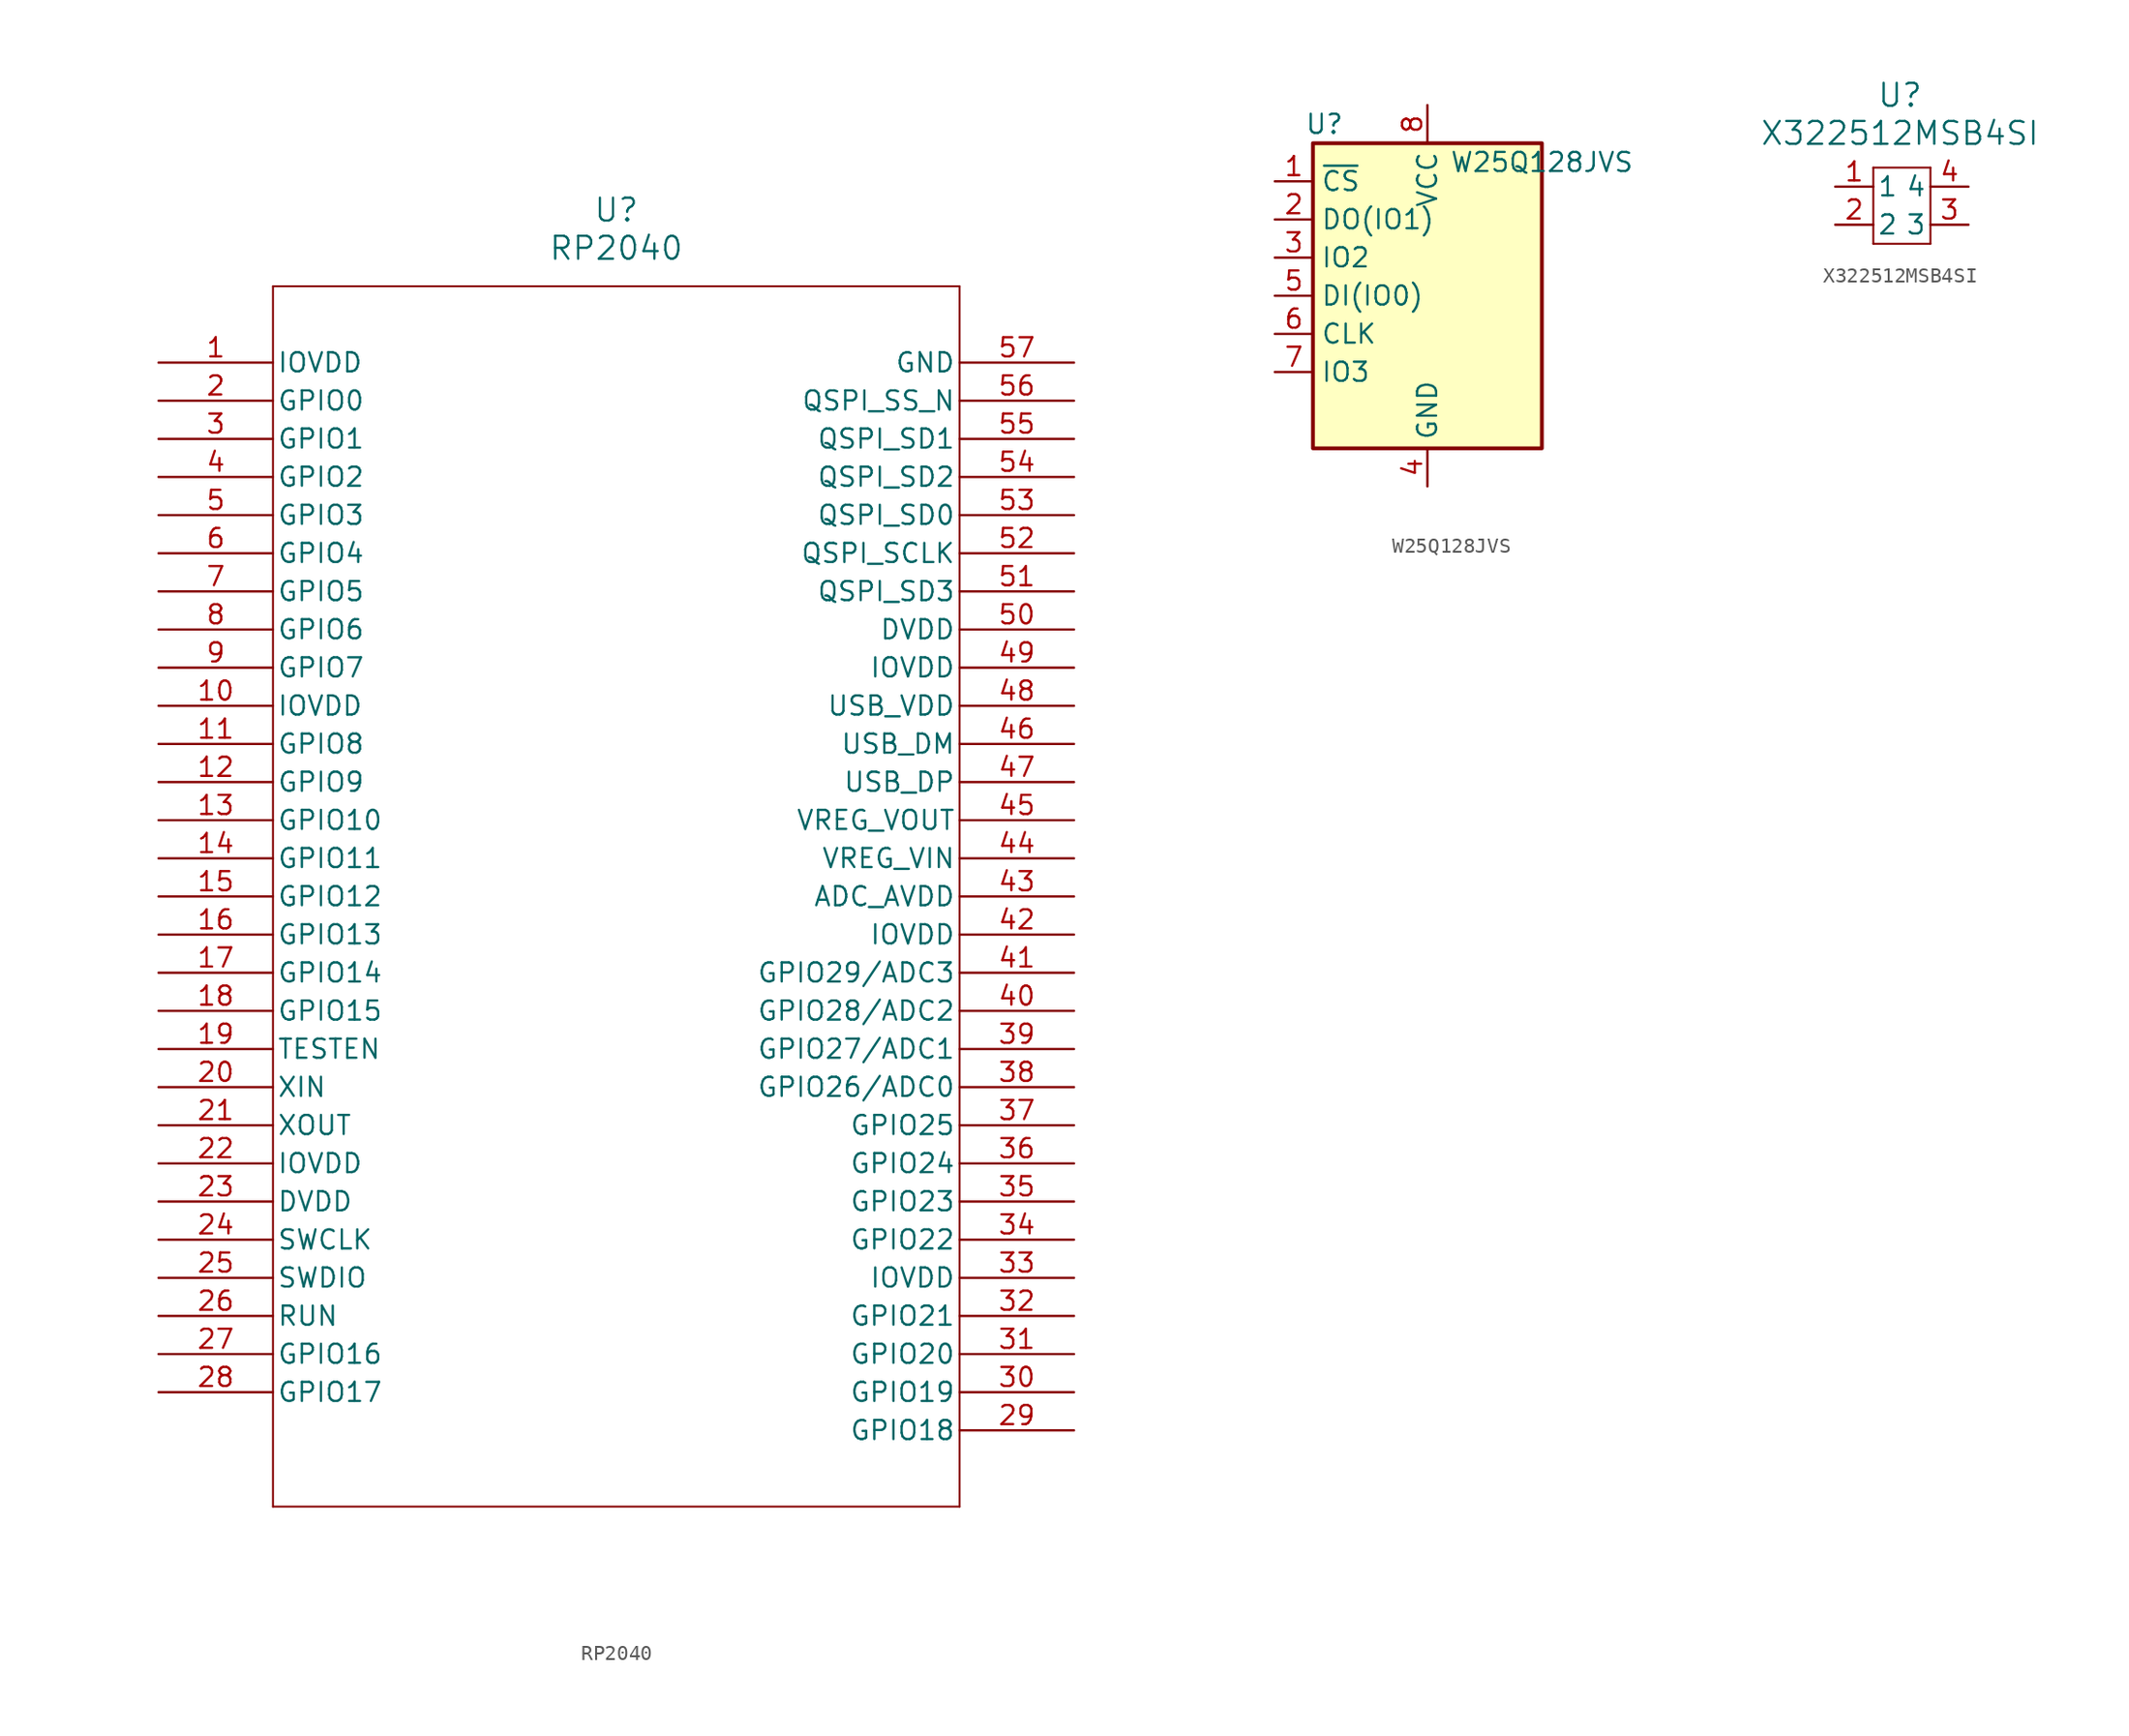
<source format=kicad_sym>
(kicad_symbol_lib
  (version 20231120)
  (generator "kicad_symbol_editor")
  (generator_version "8.0")
  (symbol "RP2040"
    (pin_names
      (offset 0.254))
    (property "Reference" "U"
      (at 30.48 10.16 0)
      (effects (font (size 1.524 1.524))))
    (property "Value" "RP2040"
      (at 30.48 7.62 0)
      (effects (font (size 1.524 1.524))))
    (property "ki_locked" ""
      (at 0 0 0)
      (effects (font (size 1.27 1.27))))
    (symbol "RP2040_0_1"
      (polyline (pts (xy 7.62 -76.2) (xy 53.34 -76.2)) (stroke (width 0.127) (type default)) (fill (type none)))
      (polyline (pts (xy 7.62 5.08) (xy 7.62 -76.2)) (stroke (width 0.127) (type default)) (fill (type none)))
      (polyline (pts (xy 53.34 -76.2) (xy 53.34 5.08)) (stroke (width 0.127) (type default)) (fill (type none)))
      (polyline (pts (xy 53.34 5.08) (xy 7.62 5.08)) (stroke (width 0.127) (type default)) (fill (type none)))
      (pin power_in line (at 0 0 0) (length 7.62) (name "IOVDD" (effects (font (size 1.27 1.27)))) (number "1" (effects (font (size 1.27 1.27)))))
      (pin power_in line (at 0 -22.86 0) (length 7.62) (name "IOVDD" (effects (font (size 1.27 1.27)))) (number "10" (effects (font (size 1.27 1.27)))))
      (pin bidirectional line (at 0 -25.4 0) (length 7.62) (name "GPIO8" (effects (font (size 1.27 1.27)))) (number "11" (effects (font (size 1.27 1.27)))))
      (pin bidirectional line (at 0 -27.94 0) (length 7.62) (name "GPIO9" (effects (font (size 1.27 1.27)))) (number "12" (effects (font (size 1.27 1.27)))))
      (pin bidirectional line (at 0 -30.48 0) (length 7.62) (name "GPIO10" (effects (font (size 1.27 1.27)))) (number "13" (effects (font (size 1.27 1.27)))))
      (pin bidirectional line (at 0 -33.02 0) (length 7.62) (name "GPIO11" (effects (font (size 1.27 1.27)))) (number "14" (effects (font (size 1.27 1.27)))))
      (pin bidirectional line (at 0 -35.56 0) (length 7.62) (name "GPIO12" (effects (font (size 1.27 1.27)))) (number "15" (effects (font (size 1.27 1.27)))))
      (pin bidirectional line (at 0 -38.1 0) (length 7.62) (name "GPIO13" (effects (font (size 1.27 1.27)))) (number "16" (effects (font (size 1.27 1.27)))))
      (pin bidirectional line (at 0 -40.64 0) (length 7.62) (name "GPIO14" (effects (font (size 1.27 1.27)))) (number "17" (effects (font (size 1.27 1.27)))))
      (pin bidirectional line (at 0 -43.18 0) (length 7.62) (name "GPIO15" (effects (font (size 1.27 1.27)))) (number "18" (effects (font (size 1.27 1.27)))))
      (pin unspecified line (at 0 -45.72 0) (length 7.62) (name "TESTEN" (effects (font (size 1.27 1.27)))) (number "19" (effects (font (size 1.27 1.27)))))
      (pin bidirectional line (at 0 -2.54 0) (length 7.62) (name "GPIO0" (effects (font (size 1.27 1.27)))) (number "2" (effects (font (size 1.27 1.27)))))
      (pin unspecified line (at 0 -48.26 0) (length 7.62) (name "XIN" (effects (font (size 1.27 1.27)))) (number "20" (effects (font (size 1.27 1.27)))))
      (pin output line (at 0 -50.8 0) (length 7.62) (name "XOUT" (effects (font (size 1.27 1.27)))) (number "21" (effects (font (size 1.27 1.27)))))
      (pin power_in line (at 0 -53.34 0) (length 7.62) (name "IOVDD" (effects (font (size 1.27 1.27)))) (number "22" (effects (font (size 1.27 1.27)))))
      (pin power_in line (at 0 -55.88 0) (length 7.62) (name "DVDD" (effects (font (size 1.27 1.27)))) (number "23" (effects (font (size 1.27 1.27)))))
      (pin unspecified line (at 0 -58.42 0) (length 7.62) (name "SWCLK" (effects (font (size 1.27 1.27)))) (number "24" (effects (font (size 1.27 1.27)))))
      (pin unspecified line (at 0 -60.96 0) (length 7.62) (name "SWDIO" (effects (font (size 1.27 1.27)))) (number "25" (effects (font (size 1.27 1.27)))))
      (pin unspecified line (at 0 -63.5 0) (length 7.62) (name "RUN" (effects (font (size 1.27 1.27)))) (number "26" (effects (font (size 1.27 1.27)))))
      (pin bidirectional line (at 0 -66.04 0) (length 7.62) (name "GPIO16" (effects (font (size 1.27 1.27)))) (number "27" (effects (font (size 1.27 1.27)))))
      (pin bidirectional line (at 0 -68.58 0) (length 7.62) (name "GPIO17" (effects (font (size 1.27 1.27)))) (number "28" (effects (font (size 1.27 1.27)))))
      (pin bidirectional line (at 60.96 -71.12 180) (length 7.62) (name "GPIO18" (effects (font (size 1.27 1.27)))) (number "29" (effects (font (size 1.27 1.27)))))
      (pin bidirectional line (at 0 -5.08 0) (length 7.62) (name "GPIO1" (effects (font (size 1.27 1.27)))) (number "3" (effects (font (size 1.27 1.27)))))
      (pin bidirectional line (at 60.96 -68.58 180) (length 7.62) (name "GPIO19" (effects (font (size 1.27 1.27)))) (number "30" (effects (font (size 1.27 1.27)))))
      (pin bidirectional line (at 60.96 -66.04 180) (length 7.62) (name "GPIO20" (effects (font (size 1.27 1.27)))) (number "31" (effects (font (size 1.27 1.27)))))
      (pin bidirectional line (at 60.96 -63.5 180) (length 7.62) (name "GPIO21" (effects (font (size 1.27 1.27)))) (number "32" (effects (font (size 1.27 1.27)))))
      (pin power_in line (at 60.96 -60.96 180) (length 7.62) (name "IOVDD" (effects (font (size 1.27 1.27)))) (number "33" (effects (font (size 1.27 1.27)))))
      (pin bidirectional line (at 60.96 -58.42 180) (length 7.62) (name "GPIO22" (effects (font (size 1.27 1.27)))) (number "34" (effects (font (size 1.27 1.27)))))
      (pin bidirectional line (at 60.96 -55.88 180) (length 7.62) (name "GPIO23" (effects (font (size 1.27 1.27)))) (number "35" (effects (font (size 1.27 1.27)))))
      (pin bidirectional line (at 60.96 -53.34 180) (length 7.62) (name "GPIO24" (effects (font (size 1.27 1.27)))) (number "36" (effects (font (size 1.27 1.27)))))
      (pin bidirectional line (at 60.96 -50.8 180) (length 7.62) (name "GPIO25" (effects (font (size 1.27 1.27)))) (number "37" (effects (font (size 1.27 1.27)))))
      (pin bidirectional line (at 60.96 -48.26 180) (length 7.62) (name "GPIO26/ADC0" (effects (font (size 1.27 1.27)))) (number "38" (effects (font (size 1.27 1.27)))))
      (pin bidirectional line (at 60.96 -45.72 180) (length 7.62) (name "GPIO27/ADC1" (effects (font (size 1.27 1.27)))) (number "39" (effects (font (size 1.27 1.27)))))
      (pin bidirectional line (at 0 -7.62 0) (length 7.62) (name "GPIO2" (effects (font (size 1.27 1.27)))) (number "4" (effects (font (size 1.27 1.27)))))
      (pin bidirectional line (at 60.96 -43.18 180) (length 7.62) (name "GPIO28/ADC2" (effects (font (size 1.27 1.27)))) (number "40" (effects (font (size 1.27 1.27)))))
      (pin bidirectional line (at 60.96 -40.64 180) (length 7.62) (name "GPIO29/ADC3" (effects (font (size 1.27 1.27)))) (number "41" (effects (font (size 1.27 1.27)))))
      (pin power_in line (at 60.96 -38.1 180) (length 7.62) (name "IOVDD" (effects (font (size 1.27 1.27)))) (number "42" (effects (font (size 1.27 1.27)))))
      (pin power_in line (at 60.96 -35.56 180) (length 7.62) (name "ADC_AVDD" (effects (font (size 1.27 1.27)))) (number "43" (effects (font (size 1.27 1.27)))))
      (pin unspecified line (at 60.96 -33.02 180) (length 7.62) (name "VREG_VIN" (effects (font (size 1.27 1.27)))) (number "44" (effects (font (size 1.27 1.27)))))
      (pin output line (at 60.96 -30.48 180) (length 7.62) (name "VREG_VOUT" (effects (font (size 1.27 1.27)))) (number "45" (effects (font (size 1.27 1.27)))))
      (pin unspecified line (at 60.96 -25.4 180) (length 7.62) (name "USB_DM" (effects (font (size 1.27 1.27)))) (number "46" (effects (font (size 1.27 1.27)))))
      (pin unspecified line (at 60.96 -27.94 180) (length 7.62) (name "USB_DP" (effects (font (size 1.27 1.27)))) (number "47" (effects (font (size 1.27 1.27)))))
      (pin power_in line (at 60.96 -22.86 180) (length 7.62) (name "USB_VDD" (effects (font (size 1.27 1.27)))) (number "48" (effects (font (size 1.27 1.27)))))
      (pin power_in line (at 60.96 -20.32 180) (length 7.62) (name "IOVDD" (effects (font (size 1.27 1.27)))) (number "49" (effects (font (size 1.27 1.27)))))
      (pin bidirectional line (at 0 -10.16 0) (length 7.62) (name "GPIO3" (effects (font (size 1.27 1.27)))) (number "5" (effects (font (size 1.27 1.27)))))
      (pin power_in line (at 60.96 -17.78 180) (length 7.62) (name "DVDD" (effects (font (size 1.27 1.27)))) (number "50" (effects (font (size 1.27 1.27)))))
      (pin bidirectional line (at 60.96 -15.24 180) (length 7.62) (name "QSPI_SD3" (effects (font (size 1.27 1.27)))) (number "51" (effects (font (size 1.27 1.27)))))
      (pin unspecified line (at 60.96 -12.7 180) (length 7.62) (name "QSPI_SCLK" (effects (font (size 1.27 1.27)))) (number "52" (effects (font (size 1.27 1.27)))))
      (pin bidirectional line (at 60.96 -10.16 180) (length 7.62) (name "QSPI_SD0" (effects (font (size 1.27 1.27)))) (number "53" (effects (font (size 1.27 1.27)))))
      (pin bidirectional line (at 60.96 -7.62 180) (length 7.62) (name "QSPI_SD2" (effects (font (size 1.27 1.27)))) (number "54" (effects (font (size 1.27 1.27)))))
      (pin bidirectional line (at 60.96 -5.08 180) (length 7.62) (name "QSPI_SD1" (effects (font (size 1.27 1.27)))) (number "55" (effects (font (size 1.27 1.27)))))
      (pin unspecified line (at 60.96 -2.54 180) (length 7.62) (name "QSPI_SS_N" (effects (font (size 1.27 1.27)))) (number "56" (effects (font (size 1.27 1.27)))))
      (pin power_out line (at 60.96 0 180) (length 7.62) (name "GND" (effects (font (size 1.27 1.27)))) (number "57" (effects (font (size 1.27 1.27)))))
      (pin bidirectional line (at 0 -12.7 0) (length 7.62) (name "GPIO4" (effects (font (size 1.27 1.27)))) (number "6" (effects (font (size 1.27 1.27)))))
      (pin bidirectional line (at 0 -15.24 0) (length 7.62) (name "GPIO5" (effects (font (size 1.27 1.27)))) (number "7" (effects (font (size 1.27 1.27)))))
      (pin bidirectional line (at 0 -17.78 0) (length 7.62) (name "GPIO6" (effects (font (size 1.27 1.27)))) (number "8" (effects (font (size 1.27 1.27)))))
      (pin bidirectional line (at 0 -20.32 0) (length 7.62) (name "GPIO7" (effects (font (size 1.27 1.27)))) (number "9" (effects (font (size 1.27 1.27)))))))
  (symbol "W25Q128JVS"
    (property "Reference" "U"
      (at -6.858 11.43 0)
      (effects (font (size 1.27 1.27))))
    (property "Value" "W25Q128JVS"
      (at 7.62 8.89 0)
      (effects (font (size 1.27 1.27))))
    (symbol "W25Q128JVS_0_1"
      (rectangle (start -7.62 10.16) (end 7.62 -10.16) (stroke (width 0.254) (type default)) (fill (type background))))
    (symbol "W25Q128JVS_1_1"
      (pin input line (at -10.16 7.62 0) (length 2.54) (name "~{CS}" (effects (font (size 1.27 1.27)))) (number "1" (effects (font (size 1.27 1.27)))))
      (pin bidirectional line (at -10.16 5.08 0) (length 2.54) (name "DO(IO1)" (effects (font (size 1.27 1.27)))) (number "2" (effects (font (size 1.27 1.27)))))
      (pin bidirectional line (at -10.16 2.54 0) (length 2.54) (name "IO2" (effects (font (size 1.27 1.27)))) (number "3" (effects (font (size 1.27 1.27)))))
      (pin power_in line (at 0 -12.7 90) (length 2.54) (name "GND" (effects (font (size 1.27 1.27)))) (number "4" (effects (font (size 1.27 1.27)))))
      (pin bidirectional line (at -10.16 0 0) (length 2.54) (name "DI(IO0)" (effects (font (size 1.27 1.27)))) (number "5" (effects (font (size 1.27 1.27)))))
      (pin input line (at -10.16 -2.54 0) (length 2.54) (name "CLK" (effects (font (size 1.27 1.27)))) (number "6" (effects (font (size 1.27 1.27)))))
      (pin bidirectional line (at -10.16 -5.08 0) (length 2.54) (name "IO3" (effects (font (size 1.27 1.27)))) (number "7" (effects (font (size 1.27 1.27)))))
      (pin power_in line (at 0 12.7 270) (length 2.54) (name "VCC" (effects (font (size 1.27 1.27)))) (number "8" (effects (font (size 1.27 1.27)))))))
  (symbol "X322512MSB4SI"
    (pin_names
      (offset 0.254))
    (property "Reference" "U"
      (at 0.508 7.366 0)
      (effects (font (size 1.524 1.524))))
    (property "Value" "X322512MSB4SI"
      (at 0.508 4.826 0)
      (effects (font (size 1.524 1.524))))
    (property "ki_locked" ""
      (at 0 0 0)
      (effects (font (size 1.27 1.27))))
    (symbol "X322512MSB4SI_0_1"
      (polyline (pts (xy -1.27 -2.54) (xy 2.54 -2.54)) (stroke (width 0.127) (type default)) (fill (type none)))
      (polyline (pts (xy -1.27 2.54) (xy -1.27 -2.54)) (stroke (width 0.127) (type default)) (fill (type none)))
      (polyline (pts (xy 2.54 -2.54) (xy 2.54 2.54)) (stroke (width 0.127) (type default)) (fill (type none)))
      (polyline (pts (xy 2.54 2.54) (xy -1.27 2.54)) (stroke (width 0.127) (type default)) (fill (type none))))
    (symbol "X322512MSB4SI_1_1"
      (pin unspecified line (at -3.81 1.27 0) (length 2.54) (name "1" (effects (font (size 1.27 1.27)))) (number "1" (effects (font (size 1.27 1.27)))))
      (pin power_out line (at -3.81 -1.27 0) (length 2.54) (name "2" (effects (font (size 1.27 1.27)))) (number "2" (effects (font (size 1.27 1.27)))))
      (pin unspecified line (at 5.08 -1.27 180) (length 2.54) (name "3" (effects (font (size 1.27 1.27)))) (number "3" (effects (font (size 1.27 1.27)))))
      (pin power_out line (at 5.08 1.27 180) (length 2.54) (name "4" (effects (font (size 1.27 1.27)))) (number "4" (effects (font (size 1.27 1.27))))))))
</source>
